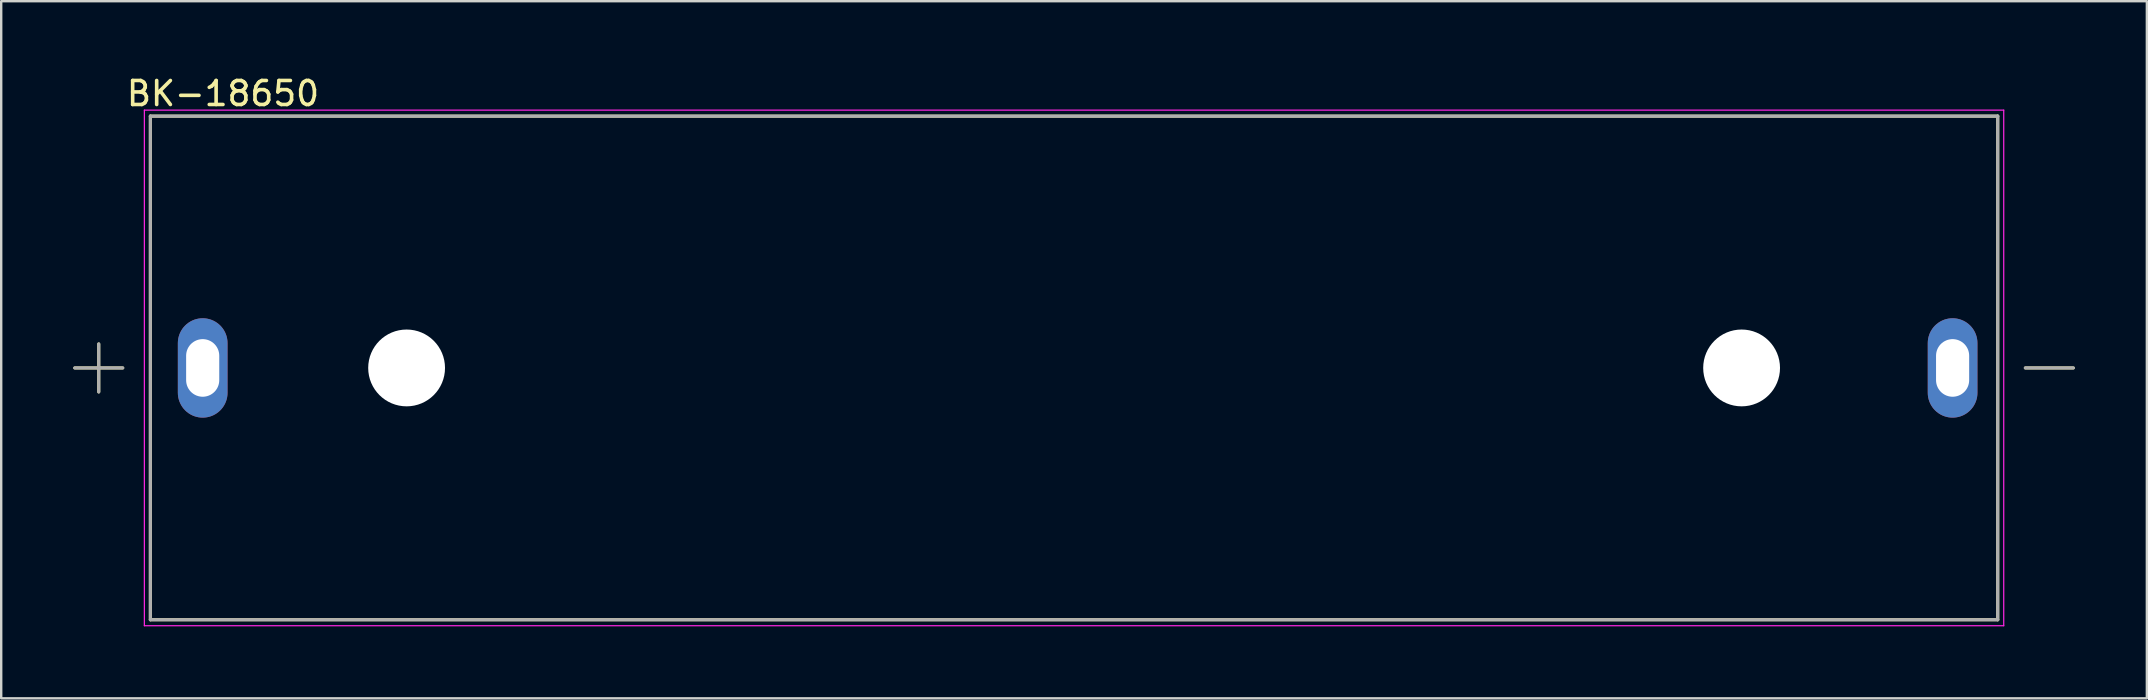
<source format=kicad_pcb>
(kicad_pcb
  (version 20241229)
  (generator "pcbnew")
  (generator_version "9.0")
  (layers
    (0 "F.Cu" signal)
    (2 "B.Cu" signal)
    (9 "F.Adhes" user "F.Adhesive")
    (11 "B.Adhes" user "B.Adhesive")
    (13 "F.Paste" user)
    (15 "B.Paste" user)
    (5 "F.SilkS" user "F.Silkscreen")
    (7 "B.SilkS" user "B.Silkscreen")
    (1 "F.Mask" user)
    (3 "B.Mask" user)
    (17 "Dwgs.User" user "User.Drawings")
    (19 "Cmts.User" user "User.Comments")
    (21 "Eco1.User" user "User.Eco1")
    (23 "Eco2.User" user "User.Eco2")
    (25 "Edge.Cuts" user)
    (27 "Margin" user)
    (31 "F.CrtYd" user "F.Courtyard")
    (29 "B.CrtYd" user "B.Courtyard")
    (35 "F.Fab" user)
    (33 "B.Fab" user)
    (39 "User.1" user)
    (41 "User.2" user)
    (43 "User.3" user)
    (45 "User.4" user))
  (footprint "BK-18650"
    (layer "F.Cu")
    (at 41.694 12.278)
    (property "Reference" "BK-18650" (at -35.455 -11.43 0) (layer "F.SilkS") (effects (font (size 1 1) (thickness 0.15))))
    (attr through_hole)
    (fp_line (start -41.63 0) (end -39.63 0) (stroke (width 0.127) (type solid)) (layer "F.SilkS"))
    (fp_line (start -40.63 -1) (end -40.63 1) (stroke (width 0.127) (type solid)) (layer "F.SilkS"))
    (fp_line (start -38.48 -10.49) (end 38.48 -10.49) (stroke (width 0.127) (type solid)) (layer "F.SilkS"))
    (fp_line (start -38.48 10.49) (end -38.48 -10.49) (stroke (width 0.127) (type solid)) (layer "F.SilkS"))
    (fp_line (start 38.48 -10.49) (end 38.48 10.49) (stroke (width 0.127) (type solid)) (layer "F.SilkS"))
    (fp_line (start 38.48 10.49) (end -38.48 10.49) (stroke (width 0.127) (type solid)) (layer "F.SilkS"))
    (fp_line (start 39.63 0) (end 41.63 0) (stroke (width 0.127) (type solid)) (layer "F.SilkS"))
    (fp_line (start -38.73 -10.74) (end 38.73 -10.74) (stroke (width 0.05) (type solid)) (layer "F.CrtYd"))
    (fp_line (start -38.73 10.74) (end -38.73 -10.74) (stroke (width 0.05) (type solid)) (layer "F.CrtYd"))
    (fp_line (start 38.73 -10.74) (end 38.73 10.74) (stroke (width 0.05) (type solid)) (layer "F.CrtYd"))
    (fp_line (start 38.73 10.74) (end -38.73 10.74) (stroke (width 0.05) (type solid)) (layer "F.CrtYd"))
    (fp_line (start -41.63 0) (end -39.63 0) (stroke (width 0.127) (type solid)) (layer "F.Fab"))
    (fp_line (start -40.63 -1) (end -40.63 1) (stroke (width 0.127) (type solid)) (layer "F.Fab"))
    (fp_line (start -38.48 -10.49) (end 38.48 -10.49) (stroke (width 0.127) (type solid)) (layer "F.Fab"))
    (fp_line (start -38.48 10.49) (end -38.48 -10.49) (stroke (width 0.127) (type solid)) (layer "F.Fab"))
    (fp_line (start 38.48 -10.49) (end 38.48 10.49) (stroke (width 0.127) (type solid)) (layer "F.Fab"))
    (fp_line (start 38.48 10.49) (end -38.48 10.49) (stroke (width 0.127) (type solid)) (layer "F.Fab"))
    (fp_line (start 39.63 0) (end 41.63 0) (stroke (width 0.127) (type solid)) (layer "F.Fab"))
    (pad "" np_thru_hole circle (at -27.805 0) (size 3.2 3.2) (drill 3.2) (layers "*.Cu" "*.Mask"))
    (pad "" np_thru_hole circle (at 27.81 0) (size 3.2 3.2) (drill 3.2) (layers "*.Cu" "*.Mask"))
    (pad "+" thru_hole oval (at -36.3 0) (size 2.07 4.14) (drill oval 1.38 2.4) (layers "*.Cu" "*.Mask"))
    (pad "-" thru_hole oval (at 36.6 0) (size 2.07 4.14) (drill oval 1.38 2.4) (layers "*.Cu" "*.Mask")))
  (gr_rect
    (start -3 -3)
    (end 86.387 26.043)
    (stroke (width 0.1) (type default))
    (fill no)
    (layer "Edge.Cuts")))
</source>
